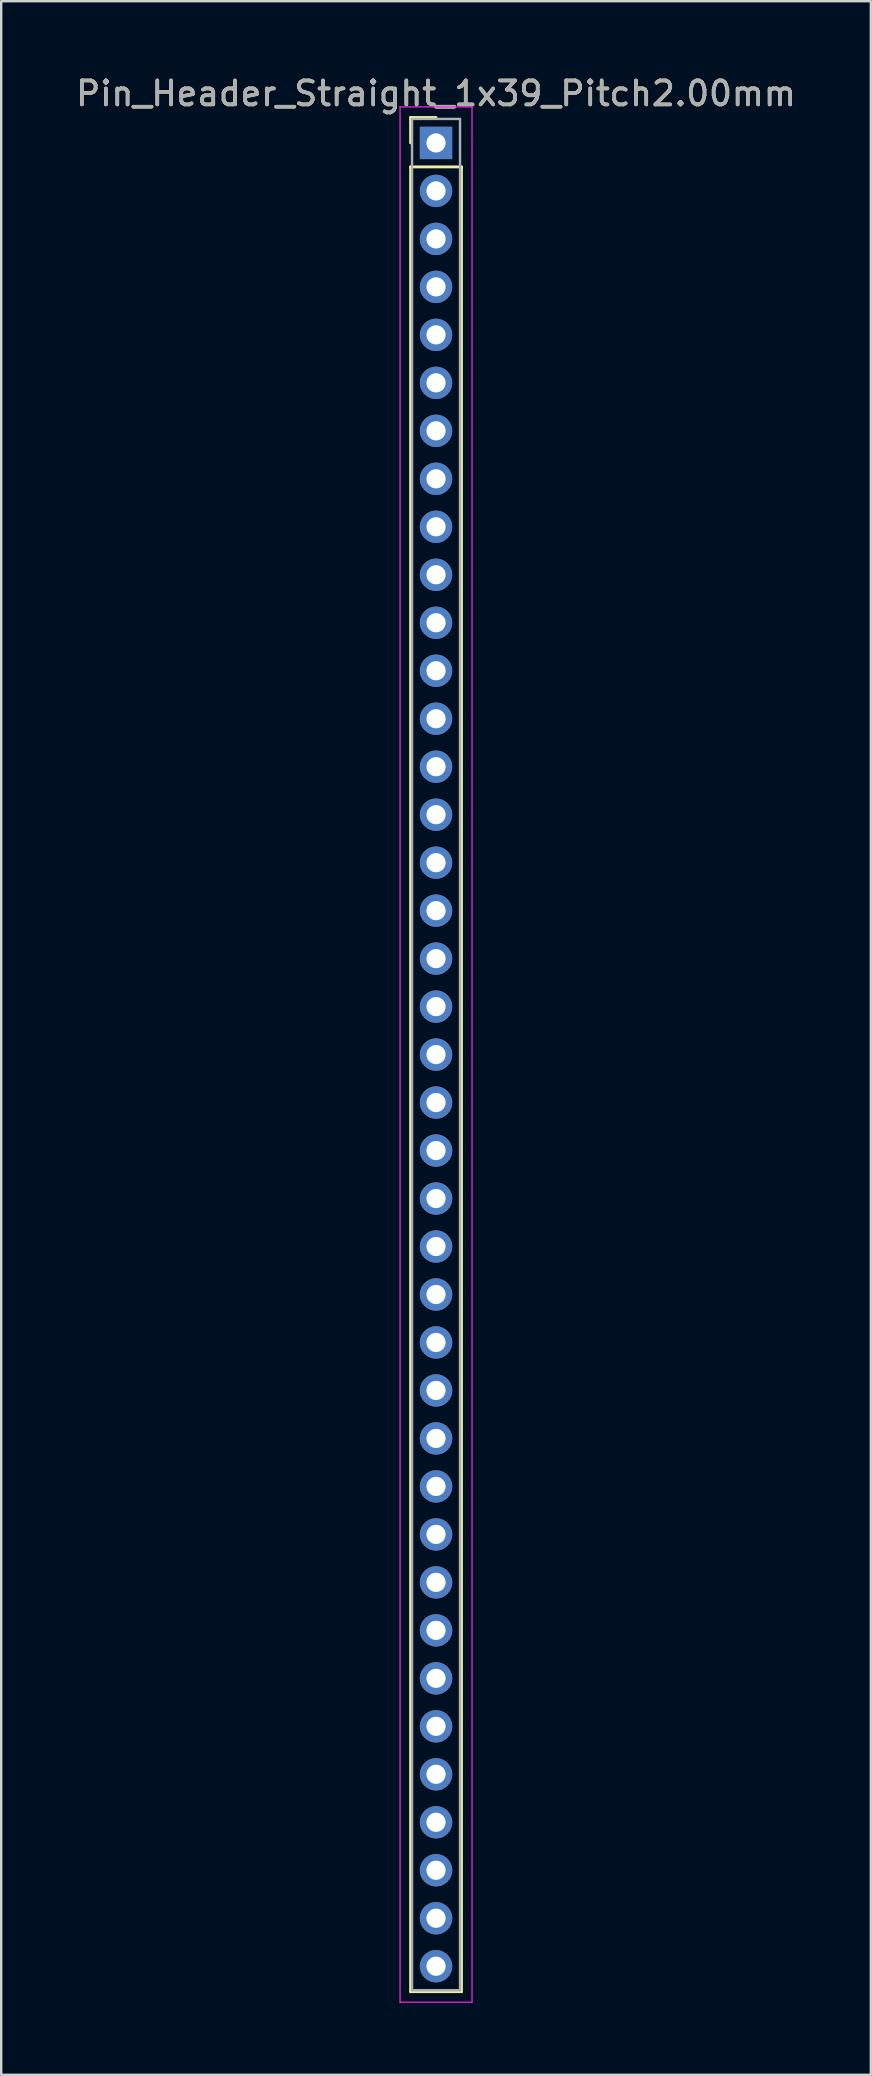
<source format=kicad_pcb>
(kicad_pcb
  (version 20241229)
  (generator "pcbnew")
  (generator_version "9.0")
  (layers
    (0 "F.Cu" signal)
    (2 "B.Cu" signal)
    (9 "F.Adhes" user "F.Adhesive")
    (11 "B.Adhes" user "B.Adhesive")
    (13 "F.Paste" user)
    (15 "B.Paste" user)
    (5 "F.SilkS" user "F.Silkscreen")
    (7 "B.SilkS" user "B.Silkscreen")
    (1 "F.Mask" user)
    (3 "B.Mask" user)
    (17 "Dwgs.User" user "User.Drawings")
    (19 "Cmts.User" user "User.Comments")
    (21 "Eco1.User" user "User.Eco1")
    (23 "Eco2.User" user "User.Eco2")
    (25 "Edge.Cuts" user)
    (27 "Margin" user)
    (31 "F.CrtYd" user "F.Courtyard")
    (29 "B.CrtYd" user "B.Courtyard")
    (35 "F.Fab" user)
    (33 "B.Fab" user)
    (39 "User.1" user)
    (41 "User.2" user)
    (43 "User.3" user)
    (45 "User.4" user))
  (footprint "Pin_Header_Straight_1x39_Pitch2.00mm"
    (layer "F.Cu")
    (at 15.125 2.908)
    (property "Reference" "Pin_Header_Straight_1x39_Pitch2.00mm" (at 0 -2.06 0) (layer "F.SilkS") (effects (font (size 1 1) (thickness 0.15))))
    (attr through_hole)
    (fp_line (start -1.06 -1.06) (end 0 -1.06) (stroke (width 0.12) (type solid)) (layer "F.SilkS"))
    (fp_line (start -1.06 0) (end -1.06 -1.06) (stroke (width 0.12) (type solid)) (layer "F.SilkS"))
    (fp_line (start -1.06 1) (end -1.06 77.06) (stroke (width 0.12) (type solid)) (layer "F.SilkS"))
    (fp_line (start -1.06 77.06) (end 1.06 77.06) (stroke (width 0.12) (type solid)) (layer "F.SilkS"))
    (fp_line (start 1.06 1) (end -1.06 1) (stroke (width 0.12) (type solid)) (layer "F.SilkS"))
    (fp_line (start 1.06 77.06) (end 1.06 1) (stroke (width 0.12) (type solid)) (layer "F.SilkS"))
    (fp_line (start -1.5 -1.5) (end -1.5 77.5) (stroke (width 0.05) (type solid)) (layer "F.CrtYd"))
    (fp_line (start -1.5 77.5) (end 1.5 77.5) (stroke (width 0.05) (type solid)) (layer "F.CrtYd"))
    (fp_line (start 1.5 -1.5) (end -1.5 -1.5) (stroke (width 0.05) (type solid)) (layer "F.CrtYd"))
    (fp_line (start 1.5 77.5) (end 1.5 -1.5) (stroke (width 0.05) (type solid)) (layer "F.CrtYd"))
    (fp_line (start -1 -1) (end -1 77) (stroke (width 0.1) (type solid)) (layer "F.Fab"))
    (fp_line (start -1 77) (end 1 77) (stroke (width 0.1) (type solid)) (layer "F.Fab"))
    (fp_line (start 1 -1) (end -1 -1) (stroke (width 0.1) (type solid)) (layer "F.Fab"))
    (fp_line (start 1 77) (end 1 -1) (stroke (width 0.1) (type solid)) (layer "F.Fab"))
    (fp_text user "${REFERENCE}" (at 0 -2.06 0) (layer "F.Fab") (effects (font (size 1 1) (thickness 0.15))))
    (pad "1" thru_hole rect (at 0 0) (size 1.35 1.35) (drill 0.8) (layers "*.Cu" "*.Mask"))
    (pad "2" thru_hole oval (at 0 2) (size 1.35 1.35) (drill 0.8) (layers "*.Cu" "*.Mask"))
    (pad "3" thru_hole oval (at 0 4) (size 1.35 1.35) (drill 0.8) (layers "*.Cu" "*.Mask"))
    (pad "4" thru_hole oval (at 0 6) (size 1.35 1.35) (drill 0.8) (layers "*.Cu" "*.Mask"))
    (pad "5" thru_hole oval (at 0 8) (size 1.35 1.35) (drill 0.8) (layers "*.Cu" "*.Mask"))
    (pad "6" thru_hole oval (at 0 10) (size 1.35 1.35) (drill 0.8) (layers "*.Cu" "*.Mask"))
    (pad "7" thru_hole oval (at 0 12) (size 1.35 1.35) (drill 0.8) (layers "*.Cu" "*.Mask"))
    (pad "8" thru_hole oval (at 0 14) (size 1.35 1.35) (drill 0.8) (layers "*.Cu" "*.Mask"))
    (pad "9" thru_hole oval (at 0 16) (size 1.35 1.35) (drill 0.8) (layers "*.Cu" "*.Mask"))
    (pad "10" thru_hole oval (at 0 18) (size 1.35 1.35) (drill 0.8) (layers "*.Cu" "*.Mask"))
    (pad "11" thru_hole oval (at 0 20) (size 1.35 1.35) (drill 0.8) (layers "*.Cu" "*.Mask"))
    (pad "12" thru_hole oval (at 0 22) (size 1.35 1.35) (drill 0.8) (layers "*.Cu" "*.Mask"))
    (pad "13" thru_hole oval (at 0 24) (size 1.35 1.35) (drill 0.8) (layers "*.Cu" "*.Mask"))
    (pad "14" thru_hole oval (at 0 26) (size 1.35 1.35) (drill 0.8) (layers "*.Cu" "*.Mask"))
    (pad "15" thru_hole oval (at 0 28) (size 1.35 1.35) (drill 0.8) (layers "*.Cu" "*.Mask"))
    (pad "16" thru_hole oval (at 0 30) (size 1.35 1.35) (drill 0.8) (layers "*.Cu" "*.Mask"))
    (pad "17" thru_hole oval (at 0 32) (size 1.35 1.35) (drill 0.8) (layers "*.Cu" "*.Mask"))
    (pad "18" thru_hole oval (at 0 34) (size 1.35 1.35) (drill 0.8) (layers "*.Cu" "*.Mask"))
    (pad "19" thru_hole oval (at 0 36) (size 1.35 1.35) (drill 0.8) (layers "*.Cu" "*.Mask"))
    (pad "20" thru_hole oval (at 0 38) (size 1.35 1.35) (drill 0.8) (layers "*.Cu" "*.Mask"))
    (pad "21" thru_hole oval (at 0 40) (size 1.35 1.35) (drill 0.8) (layers "*.Cu" "*.Mask"))
    (pad "22" thru_hole oval (at 0 42) (size 1.35 1.35) (drill 0.8) (layers "*.Cu" "*.Mask"))
    (pad "23" thru_hole oval (at 0 44) (size 1.35 1.35) (drill 0.8) (layers "*.Cu" "*.Mask"))
    (pad "24" thru_hole oval (at 0 46) (size 1.35 1.35) (drill 0.8) (layers "*.Cu" "*.Mask"))
    (pad "25" thru_hole oval (at 0 48) (size 1.35 1.35) (drill 0.8) (layers "*.Cu" "*.Mask"))
    (pad "26" thru_hole oval (at 0 50) (size 1.35 1.35) (drill 0.8) (layers "*.Cu" "*.Mask"))
    (pad "27" thru_hole oval (at 0 52) (size 1.35 1.35) (drill 0.8) (layers "*.Cu" "*.Mask"))
    (pad "28" thru_hole oval (at 0 54) (size 1.35 1.35) (drill 0.8) (layers "*.Cu" "*.Mask"))
    (pad "29" thru_hole oval (at 0 56) (size 1.35 1.35) (drill 0.8) (layers "*.Cu" "*.Mask"))
    (pad "30" thru_hole oval (at 0 58) (size 1.35 1.35) (drill 0.8) (layers "*.Cu" "*.Mask"))
    (pad "31" thru_hole oval (at 0 60) (size 1.35 1.35) (drill 0.8) (layers "*.Cu" "*.Mask"))
    (pad "32" thru_hole oval (at 0 62) (size 1.35 1.35) (drill 0.8) (layers "*.Cu" "*.Mask"))
    (pad "33" thru_hole oval (at 0 64) (size 1.35 1.35) (drill 0.8) (layers "*.Cu" "*.Mask"))
    (pad "34" thru_hole oval (at 0 66) (size 1.35 1.35) (drill 0.8) (layers "*.Cu" "*.Mask"))
    (pad "35" thru_hole oval (at 0 68) (size 1.35 1.35) (drill 0.8) (layers "*.Cu" "*.Mask"))
    (pad "36" thru_hole oval (at 0 70) (size 1.35 1.35) (drill 0.8) (layers "*.Cu" "*.Mask"))
    (pad "37" thru_hole oval (at 0 72) (size 1.35 1.35) (drill 0.8) (layers "*.Cu" "*.Mask"))
    (pad "38" thru_hole oval (at 0 74) (size 1.35 1.35) (drill 0.8) (layers "*.Cu" "*.Mask"))
    (pad "39" thru_hole oval (at 0 76) (size 1.35 1.35) (drill 0.8) (layers "*.Cu" "*.Mask")))
  (gr_rect
    (start -3 -3)
    (end 33.25 83.433)
    (stroke (width 0.1) (type default))
    (fill no)
    (layer "Edge.Cuts")))
</source>
